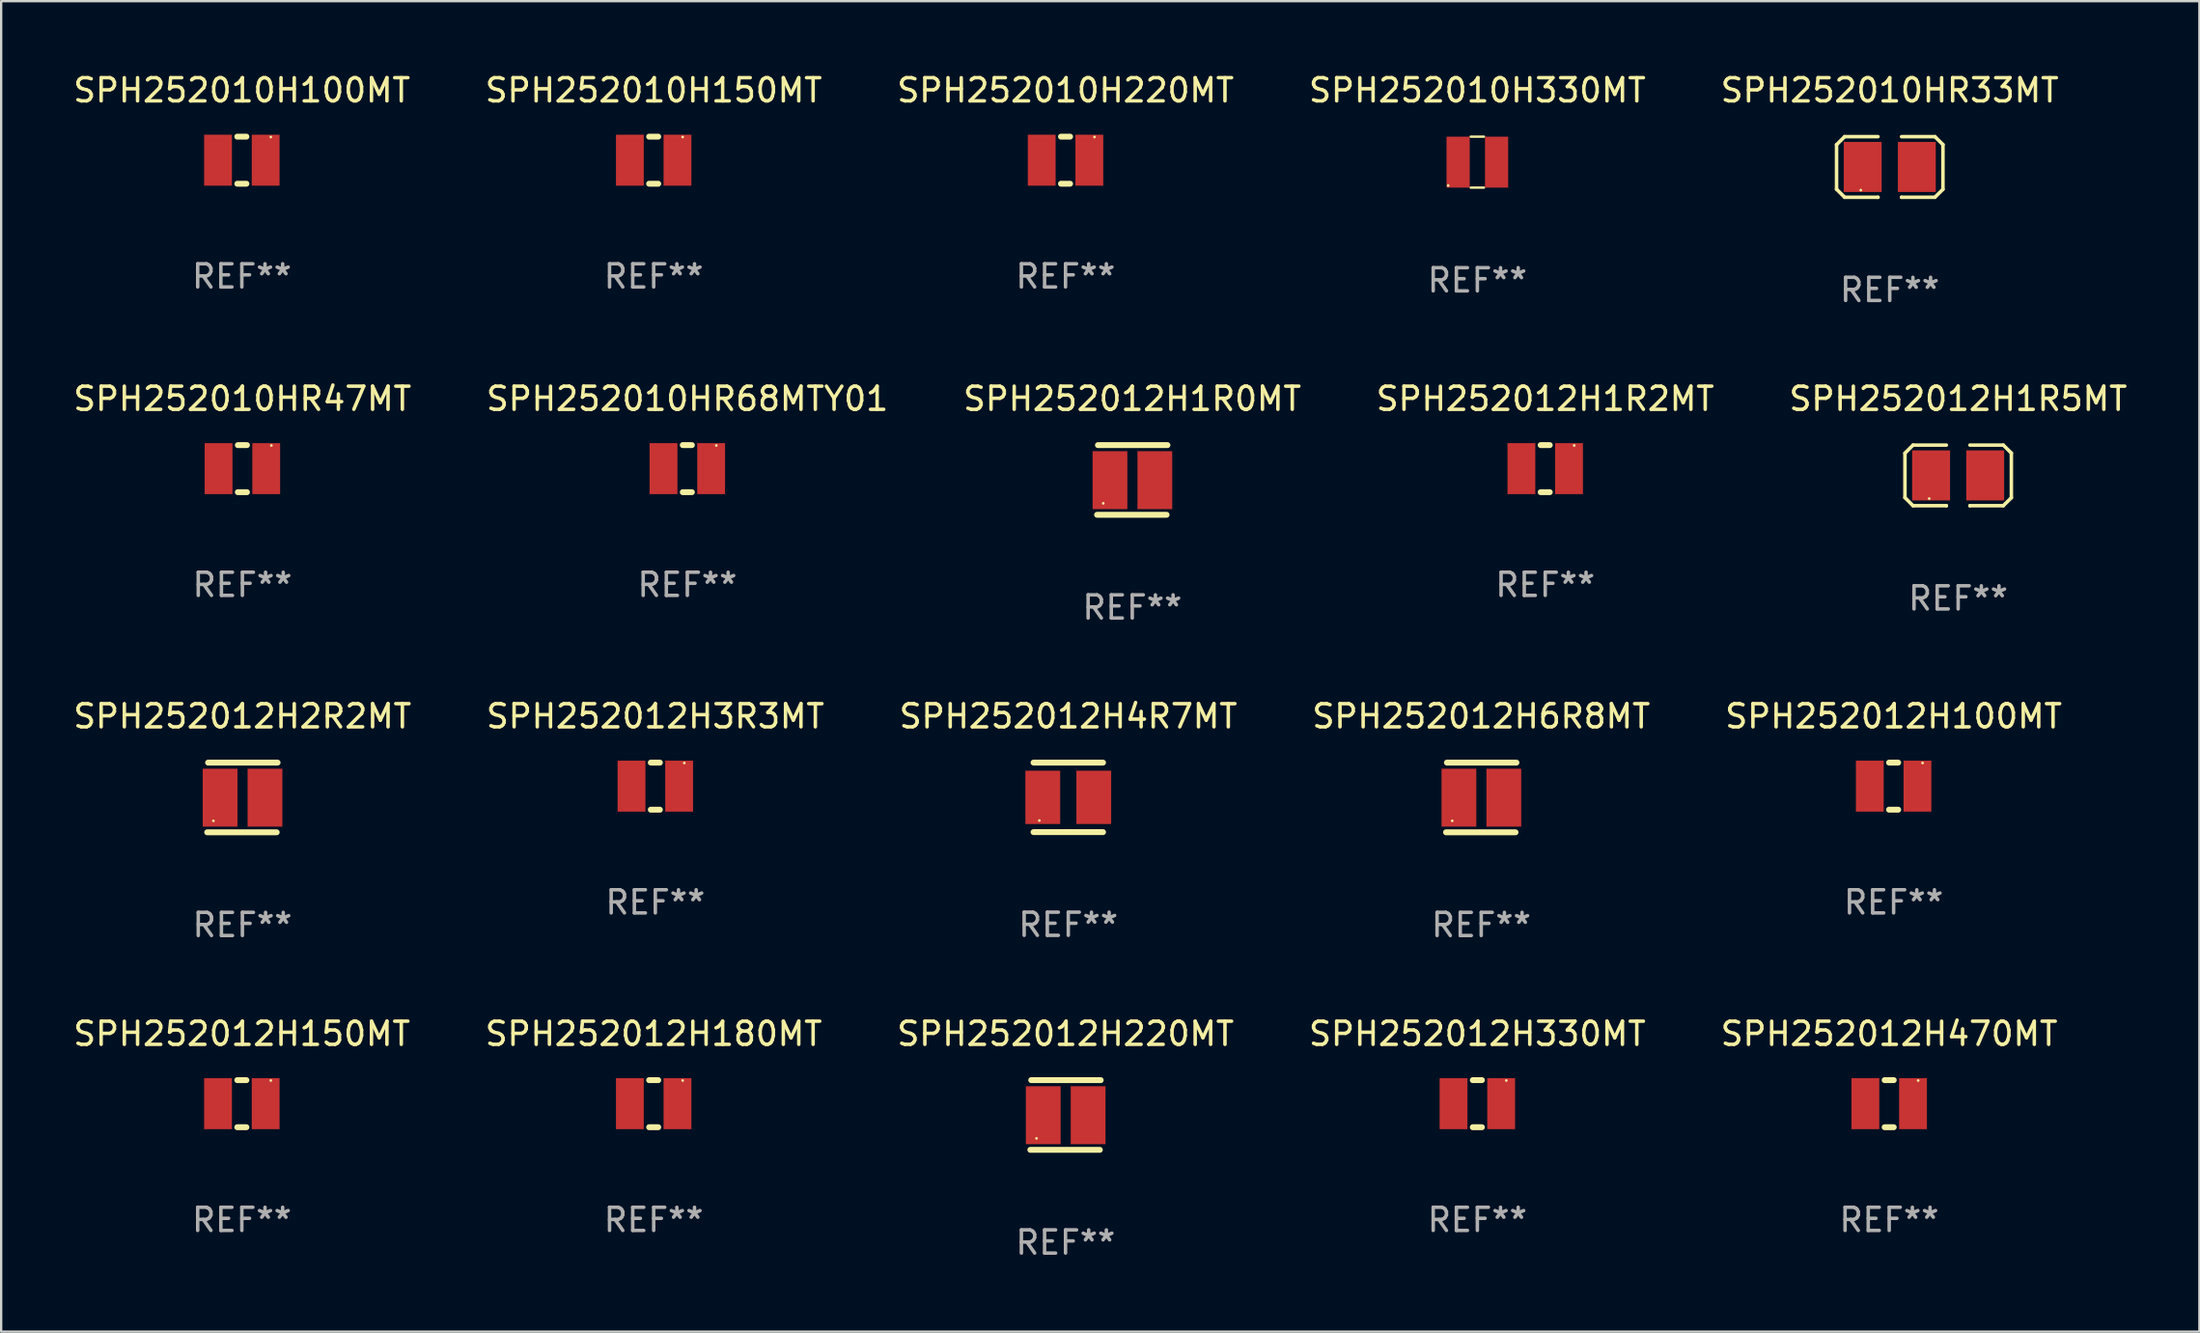
<source format=kicad_pcb>
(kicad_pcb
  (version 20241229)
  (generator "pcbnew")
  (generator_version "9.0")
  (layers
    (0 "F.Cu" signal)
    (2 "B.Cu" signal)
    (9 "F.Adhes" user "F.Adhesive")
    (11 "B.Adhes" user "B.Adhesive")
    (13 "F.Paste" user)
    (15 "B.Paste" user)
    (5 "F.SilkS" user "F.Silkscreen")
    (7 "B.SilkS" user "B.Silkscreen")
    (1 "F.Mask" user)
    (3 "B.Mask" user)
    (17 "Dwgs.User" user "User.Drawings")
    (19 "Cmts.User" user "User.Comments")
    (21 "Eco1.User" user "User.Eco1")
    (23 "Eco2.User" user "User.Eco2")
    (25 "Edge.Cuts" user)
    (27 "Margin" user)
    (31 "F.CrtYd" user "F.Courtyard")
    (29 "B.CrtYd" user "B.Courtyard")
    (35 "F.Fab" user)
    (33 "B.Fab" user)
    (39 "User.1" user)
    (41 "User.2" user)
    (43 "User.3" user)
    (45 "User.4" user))
  (footprint "SPH252012H470MT"
    (layer "F.Cu")
    (at 78.482 44.586)
    (property "Reference" "SPH252012H470MT" (at 0 -3.016 0) (layer "F.SilkS") (effects (font (size 1 1) (thickness 0.15))))
    (attr through_hole)
    (fp_line (start -0.197 1.016) (end 0.197 1.016) (stroke (width 0.254) (type solid)) (layer "F.SilkS"))
    (fp_line (start 0.197 -1.016) (end -0.197 -1.016) (stroke (width 0.254) (type solid)) (layer "F.SilkS"))
    (fp_circle (center 1.25 -1) (end 1.28 -1) (stroke (width 0.06) (type solid)) (fill no) (layer "F.SilkS"))
    (fp_text user "REF**" (at 0 5.016 0) (layer "F.Fab") (effects (font (size 1 1) (thickness 0.15))))
    (pad "1" smd rect (at 1.028 0) (size 1.2 2.2) (layers "F.Cu" "F.Mask" "F.Paste"))
    (pad "2" smd rect (at -1.028 0) (size 1.2 2.2) (layers "F.Cu" "F.Mask" "F.Paste")))
  (footprint "SPH252012H6R8MT"
    (layer "F.Cu")
    (at 60.875 31.369)
    (property "Reference" "SPH252012H6R8MT" (at 0 -3.504 0) (layer "F.SilkS") (effects (font (size 1 1) (thickness 0.15))))
    (attr through_hole)
    (fp_line (start -1.519 1.504) (end 1.481 1.504) (stroke (width 0.254) (type solid)) (layer "F.SilkS"))
    (fp_line (start -1.481 -1.504) (end 1.519 -1.504) (stroke (width 0.254) (type solid)) (layer "F.SilkS"))
    (fp_circle (center -1.252 1.009) (end -1.222 1.009) (stroke (width 0.06) (type solid)) (fill no) (layer "F.SilkS"))
    (fp_text user "REF**" (at 0 5.504 0) (layer "F.Fab") (effects (font (size 1 1) (thickness 0.15))))
    (pad "1" smd rect (at -0.962 0.009) (size 1.5 2.5) (layers "F.Cu" "F.Mask" "F.Paste"))
    (pad "2" smd rect (at 0.975 0.009) (size 1.5 2.5) (layers "F.Cu" "F.Mask" "F.Paste")))
  (footprint "SPH252012H3R3MT"
    (layer "F.Cu")
    (at 25.232 30.881)
    (property "Reference" "SPH252012H3R3MT" (at 0 -3.016 0) (layer "F.SilkS") (effects (font (size 1 1) (thickness 0.15))))
    (attr through_hole)
    (fp_line (start -0.197 1.016) (end 0.197 1.016) (stroke (width 0.254) (type solid)) (layer "F.SilkS"))
    (fp_line (start 0.197 -1.016) (end -0.197 -1.016) (stroke (width 0.254) (type solid)) (layer "F.SilkS"))
    (fp_circle (center 1.25 -1) (end 1.28 -1) (stroke (width 0.06) (type solid)) (fill no) (layer "F.SilkS"))
    (fp_text user "REF**" (at 0 5.016 0) (layer "F.Fab") (effects (font (size 1 1) (thickness 0.15))))
    (pad "1" smd rect (at 1.028 0) (size 1.2 2.2) (layers "F.Cu" "F.Mask" "F.Paste"))
    (pad "2" smd rect (at -1.028 0) (size 1.2 2.2) (layers "F.Cu" "F.Mask" "F.Paste")))
  (footprint "SPH252012H1R2MT"
    (layer "F.Cu")
    (at 63.637 17.177)
    (property "Reference" "SPH252012H1R2MT" (at 0 -3.016 0) (layer "F.SilkS") (effects (font (size 1 1) (thickness 0.15))))
    (attr through_hole)
    (fp_line (start -0.197 1.016) (end 0.197 1.016) (stroke (width 0.254) (type solid)) (layer "F.SilkS"))
    (fp_line (start 0.197 -1.016) (end -0.197 -1.016) (stroke (width 0.254) (type solid)) (layer "F.SilkS"))
    (fp_circle (center 1.25 -1) (end 1.28 -1) (stroke (width 0.06) (type solid)) (fill no) (layer "F.SilkS"))
    (fp_text user "REF**" (at 0 5.016 0) (layer "F.Fab") (effects (font (size 1 1) (thickness 0.15))))
    (pad "1" smd rect (at 1.028 0) (size 1.2 2.2) (layers "F.Cu" "F.Mask" "F.Paste"))
    (pad "2" smd rect (at -1.028 0) (size 1.2 2.2) (layers "F.Cu" "F.Mask" "F.Paste")))
  (footprint "SPH252010H330MT"
    (layer "F.Cu")
    (at 60.708 3.948)
    (property "Reference" "SPH252010H330MT" (at 0 -3.1 0) (layer "F.SilkS") (effects (font (size 1 1) (thickness 0.15))))
    (attr through_hole)
    (fp_line (start -0.287 -1.1) (end 0.287 -1.1) (stroke (width 0.102) (type solid)) (layer "F.SilkS"))
    (fp_line (start 0.287 1.1) (end -0.287 1.1) (stroke (width 0.102) (type solid)) (layer "F.SilkS"))
    (fp_circle (center -1.26 1.01) (end -1.23 1.01) (stroke (width 0.06) (type solid)) (fill no) (layer "F.SilkS"))
    (fp_text user "REF**" (at 0 5.1 0) (layer "F.Fab") (effects (font (size 1 1) (thickness 0.15))))
    (pad "1" smd rect (at -0.83 0) (size 1 2.2) (layers "F.Cu" "F.Mask" "F.Paste"))
    (pad "2" smd rect (at 0.83 0) (size 1 2.2) (layers "F.Cu" "F.Mask" "F.Paste")))
  (footprint "SPH252010H100MT"
    (layer "F.Cu")
    (at 7.387 3.864)
    (property "Reference" "SPH252010H100MT" (at 0 -3.016 0) (layer "F.SilkS") (effects (font (size 1 1) (thickness 0.15))))
    (attr through_hole)
    (fp_line (start -0.197 1.016) (end 0.197 1.016) (stroke (width 0.254) (type solid)) (layer "F.SilkS"))
    (fp_line (start 0.197 -1.016) (end -0.197 -1.016) (stroke (width 0.254) (type solid)) (layer "F.SilkS"))
    (fp_circle (center 1.25 -1) (end 1.28 -1) (stroke (width 0.06) (type solid)) (fill no) (layer "F.SilkS"))
    (fp_text user "REF**" (at 0 5.016 0) (layer "F.Fab") (effects (font (size 1 1) (thickness 0.15))))
    (pad "1" smd rect (at 1.028 0) (size 1.2 2.2) (layers "F.Cu" "F.Mask" "F.Paste"))
    (pad "2" smd rect (at -1.028 0) (size 1.2 2.2) (layers "F.Cu" "F.Mask" "F.Paste")))
  (footprint "SPH252012H1R0MT"
    (layer "F.Cu")
    (at 45.815 17.665)
    (property "Reference" "SPH252012H1R0MT" (at 0 -3.504 0) (layer "F.SilkS") (effects (font (size 1 1) (thickness 0.15))))
    (attr through_hole)
    (fp_line (start -1.519 1.504) (end 1.481 1.504) (stroke (width 0.254) (type solid)) (layer "F.SilkS"))
    (fp_line (start -1.481 -1.504) (end 1.519 -1.504) (stroke (width 0.254) (type solid)) (layer "F.SilkS"))
    (fp_circle (center -1.252 1.009) (end -1.222 1.009) (stroke (width 0.06) (type solid)) (fill no) (layer "F.SilkS"))
    (fp_text user "REF**" (at 0 5.504 0) (layer "F.Fab") (effects (font (size 1 1) (thickness 0.15))))
    (pad "1" smd rect (at -0.962 0.009) (size 1.5 2.5) (layers "F.Cu" "F.Mask" "F.Paste"))
    (pad "2" smd rect (at 0.975 0.009) (size 1.5 2.5) (layers "F.Cu" "F.Mask" "F.Paste")))
  (footprint "SPH252010HR33MT"
    (layer "F.Cu")
    (at 78.506 4.156)
    (property "Reference" "SPH252010HR33MT" (at 0 -3.308 0) (layer "F.SilkS") (effects (font (size 1 1) (thickness 0.15))))
    (attr through_hole)
    (fp_line (start -2.296 -0.96) (end -1.948 -1.308) (stroke (width 0.152) (type solid)) (layer "F.SilkS"))
    (fp_line (start -2.296 0.96) (end -2.296 -0.96) (stroke (width 0.152) (type solid)) (layer "F.SilkS"))
    (fp_line (start -1.948 -1.308) (end -0.508 -1.308) (stroke (width 0.152) (type solid)) (layer "F.SilkS"))
    (fp_line (start -1.948 1.308) (end -2.296 0.96) (stroke (width 0.152) (type solid)) (layer "F.SilkS"))
    (fp_line (start -0.508 1.308) (end -1.948 1.308) (stroke (width 0.152) (type solid)) (layer "F.SilkS"))
    (fp_line (start -0.508 1.308) (end -0.508 1.308) (stroke (width 0.152) (type solid)) (layer "F.SilkS"))
    (fp_line (start 0.508 1.308) (end 0.508 1.308) (stroke (width 0.152) (type solid)) (layer "F.SilkS"))
    (fp_line (start 0.508 1.308) (end 1.948 1.308) (stroke (width 0.152) (type solid)) (layer "F.SilkS"))
    (fp_line (start 1.948 -1.308) (end 0.508 -1.308) (stroke (width 0.152) (type solid)) (layer "F.SilkS"))
    (fp_line (start 1.948 1.308) (end 2.296 0.963) (stroke (width 0.152) (type solid)) (layer "F.SilkS"))
    (fp_line (start 2.296 -0.963) (end 1.948 -1.308) (stroke (width 0.152) (type solid)) (layer "F.SilkS"))
    (fp_line (start 2.296 0.963) (end 2.296 -0.963) (stroke (width 0.152) (type solid)) (layer "F.SilkS"))
    (fp_circle (center -1.25 1) (end -1.22 1) (stroke (width 0.06) (type solid)) (fill no) (layer "F.SilkS"))
    (fp_text user "REF**" (at 0 5.308 0) (layer "F.Fab") (effects (font (size 1 1) (thickness 0.15))))
    (pad "1" smd rect (at -1.168 0.000025) (size 1.635 2.16) (layers "F.Cu" "F.Mask" "F.Paste"))
    (pad "2" smd rect (at 1.168 0.000025) (size 1.635 2.16) (layers "F.Cu" "F.Mask" "F.Paste")))
  (footprint "SPH252012H2R2MT"
    (layer "F.Cu")
    (at 7.411 31.369)
    (property "Reference" "SPH252012H2R2MT" (at 0 -3.504 0) (layer "F.SilkS") (effects (font (size 1 1) (thickness 0.15))))
    (attr through_hole)
    (fp_line (start -1.519 1.504) (end 1.481 1.504) (stroke (width 0.254) (type solid)) (layer "F.SilkS"))
    (fp_line (start -1.481 -1.504) (end 1.519 -1.504) (stroke (width 0.254) (type solid)) (layer "F.SilkS"))
    (fp_circle (center -1.252 1.009) (end -1.222 1.009) (stroke (width 0.06) (type solid)) (fill no) (layer "F.SilkS"))
    (fp_text user "REF**" (at 0 5.504 0) (layer "F.Fab") (effects (font (size 1 1) (thickness 0.15))))
    (pad "1" smd rect (at -0.962 0.009) (size 1.5 2.5) (layers "F.Cu" "F.Mask" "F.Paste"))
    (pad "2" smd rect (at 0.975 0.009) (size 1.5 2.5) (layers "F.Cu" "F.Mask" "F.Paste")))
  (footprint "SPH252012H4R7MT"
    (layer "F.Cu")
    (at 43.054 31.365)
    (property "Reference" "SPH252012H4R7MT" (at 0 -3.5 0) (layer "F.SilkS") (effects (font (size 1 1) (thickness 0.15))))
    (attr through_hole)
    (fp_line (start -1.5 -1.5) (end 1.5 -1.5) (stroke (width 0.254) (type solid)) (layer "F.SilkS"))
    (fp_line (start 1.5 1.5) (end -1.5 1.5) (stroke (width 0.254) (type solid)) (layer "F.SilkS"))
    (fp_circle (center -1.25 1) (end -1.22 1) (stroke (width 0.06) (type solid)) (fill no) (layer "F.SilkS"))
    (fp_text user "REF**" (at 0 5.5 0) (layer "F.Fab") (effects (font (size 1 1) (thickness 0.15))))
    (pad "1" smd rect (at -1.1 0 90) (size 2.3 1.5) (layers "F.Cu" "F.Mask" "F.Paste"))
    (pad "2" smd rect (at 1.1 0 90) (size 2.3 1.5) (layers "F.Cu" "F.Mask" "F.Paste")))
  (footprint "SPH252012H180MT"
    (layer "F.Cu")
    (at 25.161 44.586)
    (property "Reference" "SPH252012H180MT" (at 0 -3.016 0) (layer "F.SilkS") (effects (font (size 1 1) (thickness 0.15))))
    (attr through_hole)
    (fp_line (start -0.197 1.016) (end 0.197 1.016) (stroke (width 0.254) (type solid)) (layer "F.SilkS"))
    (fp_line (start 0.197 -1.016) (end -0.197 -1.016) (stroke (width 0.254) (type solid)) (layer "F.SilkS"))
    (fp_circle (center 1.25 -1) (end 1.28 -1) (stroke (width 0.06) (type solid)) (fill no) (layer "F.SilkS"))
    (fp_text user "REF**" (at 0 5.016 0) (layer "F.Fab") (effects (font (size 1 1) (thickness 0.15))))
    (pad "1" smd rect (at 1.028 0) (size 1.2 2.2) (layers "F.Cu" "F.Mask" "F.Paste"))
    (pad "2" smd rect (at -1.028 0) (size 1.2 2.2) (layers "F.Cu" "F.Mask" "F.Paste")))
  (footprint "SPH252010HR47MT"
    (layer "F.Cu")
    (at 7.411 17.177)
    (property "Reference" "SPH252010HR47MT" (at 0 -3.016 0) (layer "F.SilkS") (effects (font (size 1 1) (thickness 0.15))))
    (attr through_hole)
    (fp_line (start -0.197 1.016) (end 0.197 1.016) (stroke (width 0.254) (type solid)) (layer "F.SilkS"))
    (fp_line (start 0.197 -1.016) (end -0.197 -1.016) (stroke (width 0.254) (type solid)) (layer "F.SilkS"))
    (fp_circle (center 1.25 -1) (end 1.28 -1) (stroke (width 0.06) (type solid)) (fill no) (layer "F.SilkS"))
    (fp_text user "REF**" (at 0 5.016 0) (layer "F.Fab") (effects (font (size 1 1) (thickness 0.15))))
    (pad "1" smd rect (at 1.028 0) (size 1.2 2.2) (layers "F.Cu" "F.Mask" "F.Paste"))
    (pad "2" smd rect (at -1.028 0) (size 1.2 2.2) (layers "F.Cu" "F.Mask" "F.Paste")))
  (footprint "SPH252010HR68MTY01"
    (layer "F.Cu")
    (at 26.613 17.177)
    (property "Reference" "SPH252010HR68MTY01" (at 0 -3.016 0) (layer "F.SilkS") (effects (font (size 1 1) (thickness 0.15))))
    (attr through_hole)
    (fp_line (start -0.197 1.016) (end 0.197 1.016) (stroke (width 0.254) (type solid)) (layer "F.SilkS"))
    (fp_line (start 0.197 -1.016) (end -0.197 -1.016) (stroke (width 0.254) (type solid)) (layer "F.SilkS"))
    (fp_circle (center 1.25 -1) (end 1.28 -1) (stroke (width 0.06) (type solid)) (fill no) (layer "F.SilkS"))
    (fp_text user "REF**" (at 0 5.016 0) (layer "F.Fab") (effects (font (size 1 1) (thickness 0.15))))
    (pad "1" smd rect (at 1.028 0) (size 1.2 2.2) (layers "F.Cu" "F.Mask" "F.Paste"))
    (pad "2" smd rect (at -1.028 0) (size 1.2 2.2) (layers "F.Cu" "F.Mask" "F.Paste")))
  (footprint "SPH252010H150MT"
    (layer "F.Cu")
    (at 25.161 3.864)
    (property "Reference" "SPH252010H150MT" (at 0 -3.016 0) (layer "F.SilkS") (effects (font (size 1 1) (thickness 0.15))))
    (attr through_hole)
    (fp_line (start -0.197 1.016) (end 0.197 1.016) (stroke (width 0.254) (type solid)) (layer "F.SilkS"))
    (fp_line (start 0.197 -1.016) (end -0.197 -1.016) (stroke (width 0.254) (type solid)) (layer "F.SilkS"))
    (fp_circle (center 1.25 -1) (end 1.28 -1) (stroke (width 0.06) (type solid)) (fill no) (layer "F.SilkS"))
    (fp_text user "REF**" (at 0 5.016 0) (layer "F.Fab") (effects (font (size 1 1) (thickness 0.15))))
    (pad "1" smd rect (at 1.028 0) (size 1.2 2.2) (layers "F.Cu" "F.Mask" "F.Paste"))
    (pad "2" smd rect (at -1.028 0) (size 1.2 2.2) (layers "F.Cu" "F.Mask" "F.Paste")))
  (footprint "SPH252010H220MT"
    (layer "F.Cu")
    (at 42.935 3.864)
    (property "Reference" "SPH252010H220MT" (at 0 -3.016 0) (layer "F.SilkS") (effects (font (size 1 1) (thickness 0.15))))
    (attr through_hole)
    (fp_line (start -0.197 1.016) (end 0.197 1.016) (stroke (width 0.254) (type solid)) (layer "F.SilkS"))
    (fp_line (start 0.197 -1.016) (end -0.197 -1.016) (stroke (width 0.254) (type solid)) (layer "F.SilkS"))
    (fp_circle (center 1.25 -1) (end 1.28 -1) (stroke (width 0.06) (type solid)) (fill no) (layer "F.SilkS"))
    (fp_text user "REF**" (at 0 5.016 0) (layer "F.Fab") (effects (font (size 1 1) (thickness 0.15))))
    (pad "1" smd rect (at 1.028 0) (size 1.2 2.2) (layers "F.Cu" "F.Mask" "F.Paste"))
    (pad "2" smd rect (at -1.028 0) (size 1.2 2.2) (layers "F.Cu" "F.Mask" "F.Paste")))
  (footprint "SPH252012H220MT"
    (layer "F.Cu")
    (at 42.935 45.074)
    (property "Reference" "SPH252012H220MT" (at 0 -3.504 0) (layer "F.SilkS") (effects (font (size 1 1) (thickness 0.15))))
    (attr through_hole)
    (fp_line (start -1.519 1.504) (end 1.481 1.504) (stroke (width 0.254) (type solid)) (layer "F.SilkS"))
    (fp_line (start -1.481 -1.504) (end 1.519 -1.504) (stroke (width 0.254) (type solid)) (layer "F.SilkS"))
    (fp_circle (center -1.252 1.009) (end -1.222 1.009) (stroke (width 0.06) (type solid)) (fill no) (layer "F.SilkS"))
    (fp_text user "REF**" (at 0 5.504 0) (layer "F.Fab") (effects (font (size 1 1) (thickness 0.15))))
    (pad "1" smd rect (at -0.962 0.009) (size 1.5 2.5) (layers "F.Cu" "F.Mask" "F.Paste"))
    (pad "2" smd rect (at 0.975 0.009) (size 1.5 2.5) (layers "F.Cu" "F.Mask" "F.Paste")))
  (footprint "SPH252012H1R5MT"
    (layer "F.Cu")
    (at 81.458 17.469)
    (property "Reference" "SPH252012H1R5MT" (at 0 -3.308 0) (layer "F.SilkS") (effects (font (size 1 1) (thickness 0.15))))
    (attr through_hole)
    (fp_line (start -2.296 -0.96) (end -1.948 -1.308) (stroke (width 0.152) (type solid)) (layer "F.SilkS"))
    (fp_line (start -2.296 0.96) (end -2.296 -0.96) (stroke (width 0.152) (type solid)) (layer "F.SilkS"))
    (fp_line (start -1.948 -1.308) (end -0.508 -1.308) (stroke (width 0.152) (type solid)) (layer "F.SilkS"))
    (fp_line (start -1.948 1.308) (end -2.296 0.96) (stroke (width 0.152) (type solid)) (layer "F.SilkS"))
    (fp_line (start -0.508 1.308) (end -1.948 1.308) (stroke (width 0.152) (type solid)) (layer "F.SilkS"))
    (fp_line (start -0.508 1.308) (end -0.508 1.308) (stroke (width 0.152) (type solid)) (layer "F.SilkS"))
    (fp_line (start 0.508 1.308) (end 0.508 1.308) (stroke (width 0.152) (type solid)) (layer "F.SilkS"))
    (fp_line (start 0.508 1.308) (end 1.948 1.308) (stroke (width 0.152) (type solid)) (layer "F.SilkS"))
    (fp_line (start 1.948 -1.308) (end 0.508 -1.308) (stroke (width 0.152) (type solid)) (layer "F.SilkS"))
    (fp_line (start 1.948 1.308) (end 2.296 0.963) (stroke (width 0.152) (type solid)) (layer "F.SilkS"))
    (fp_line (start 2.296 -0.963) (end 1.948 -1.308) (stroke (width 0.152) (type solid)) (layer "F.SilkS"))
    (fp_line (start 2.296 0.963) (end 2.296 -0.963) (stroke (width 0.152) (type solid)) (layer "F.SilkS"))
    (fp_circle (center -1.25 1) (end -1.22 1) (stroke (width 0.06) (type solid)) (fill no) (layer "F.SilkS"))
    (fp_text user "REF**" (at 0 5.308 0) (layer "F.Fab") (effects (font (size 1 1) (thickness 0.15))))
    (pad "1" smd rect (at -1.168 0.000025) (size 1.635 2.16) (layers "F.Cu" "F.Mask" "F.Paste"))
    (pad "2" smd rect (at 1.168 0.000025) (size 1.635 2.16) (layers "F.Cu" "F.Mask" "F.Paste")))
  (footprint "SPH252012H100MT"
    (layer "F.Cu")
    (at 78.673 30.881)
    (property "Reference" "SPH252012H100MT" (at 0 -3.016 0) (layer "F.SilkS") (effects (font (size 1 1) (thickness 0.15))))
    (attr through_hole)
    (fp_line (start -0.197 1.016) (end 0.197 1.016) (stroke (width 0.254) (type solid)) (layer "F.SilkS"))
    (fp_line (start 0.197 -1.016) (end -0.197 -1.016) (stroke (width 0.254) (type solid)) (layer "F.SilkS"))
    (fp_circle (center 1.25 -1) (end 1.28 -1) (stroke (width 0.06) (type solid)) (fill no) (layer "F.SilkS"))
    (fp_text user "REF**" (at 0 5.016 0) (layer "F.Fab") (effects (font (size 1 1) (thickness 0.15))))
    (pad "1" smd rect (at 1.028 0) (size 1.2 2.2) (layers "F.Cu" "F.Mask" "F.Paste"))
    (pad "2" smd rect (at -1.028 0) (size 1.2 2.2) (layers "F.Cu" "F.Mask" "F.Paste")))
  (footprint "SPH252012H330MT"
    (layer "F.Cu")
    (at 60.708 44.586)
    (property "Reference" "SPH252012H330MT" (at 0 -3.016 0) (layer "F.SilkS") (effects (font (size 1 1) (thickness 0.15))))
    (attr through_hole)
    (fp_line (start -0.197 1.016) (end 0.197 1.016) (stroke (width 0.254) (type solid)) (layer "F.SilkS"))
    (fp_line (start 0.197 -1.016) (end -0.197 -1.016) (stroke (width 0.254) (type solid)) (layer "F.SilkS"))
    (fp_circle (center 1.25 -1) (end 1.28 -1) (stroke (width 0.06) (type solid)) (fill no) (layer "F.SilkS"))
    (fp_text user "REF**" (at 0 5.016 0) (layer "F.Fab") (effects (font (size 1 1) (thickness 0.15))))
    (pad "1" smd rect (at 1.028 0) (size 1.2 2.2) (layers "F.Cu" "F.Mask" "F.Paste"))
    (pad "2" smd rect (at -1.028 0) (size 1.2 2.2) (layers "F.Cu" "F.Mask" "F.Paste")))
  (footprint "SPH252012H150MT"
    (layer "F.Cu")
    (at 7.387 44.586)
    (property "Reference" "SPH252012H150MT" (at 0 -3.016 0) (layer "F.SilkS") (effects (font (size 1 1) (thickness 0.15))))
    (attr through_hole)
    (fp_line (start -0.197 1.016) (end 0.197 1.016) (stroke (width 0.254) (type solid)) (layer "F.SilkS"))
    (fp_line (start 0.197 -1.016) (end -0.197 -1.016) (stroke (width 0.254) (type solid)) (layer "F.SilkS"))
    (fp_circle (center 1.25 -1) (end 1.28 -1) (stroke (width 0.06) (type solid)) (fill no) (layer "F.SilkS"))
    (fp_text user "REF**" (at 0 5.016 0) (layer "F.Fab") (effects (font (size 1 1) (thickness 0.15))))
    (pad "1" smd rect (at 1.028 0) (size 1.2 2.2) (layers "F.Cu" "F.Mask" "F.Paste"))
    (pad "2" smd rect (at -1.028 0) (size 1.2 2.2) (layers "F.Cu" "F.Mask" "F.Paste")))
  (gr_rect
    (start -3 -3)
    (end 91.869 54.426)
    (stroke (width 0.1) (type default))
    (fill no)
    (layer "Edge.Cuts")))
</source>
